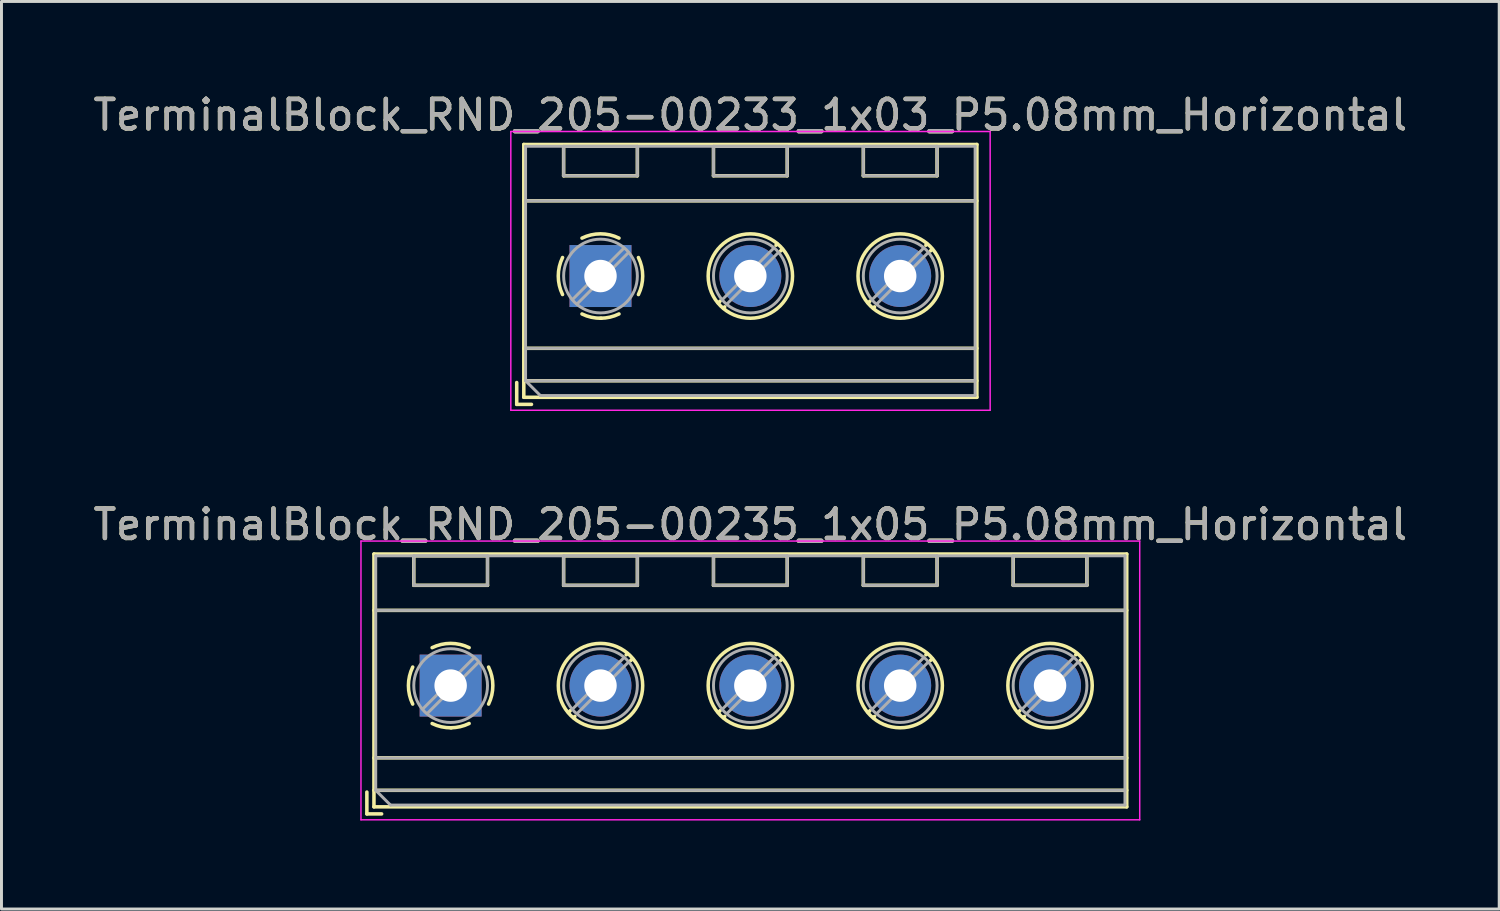
<source format=kicad_pcb>
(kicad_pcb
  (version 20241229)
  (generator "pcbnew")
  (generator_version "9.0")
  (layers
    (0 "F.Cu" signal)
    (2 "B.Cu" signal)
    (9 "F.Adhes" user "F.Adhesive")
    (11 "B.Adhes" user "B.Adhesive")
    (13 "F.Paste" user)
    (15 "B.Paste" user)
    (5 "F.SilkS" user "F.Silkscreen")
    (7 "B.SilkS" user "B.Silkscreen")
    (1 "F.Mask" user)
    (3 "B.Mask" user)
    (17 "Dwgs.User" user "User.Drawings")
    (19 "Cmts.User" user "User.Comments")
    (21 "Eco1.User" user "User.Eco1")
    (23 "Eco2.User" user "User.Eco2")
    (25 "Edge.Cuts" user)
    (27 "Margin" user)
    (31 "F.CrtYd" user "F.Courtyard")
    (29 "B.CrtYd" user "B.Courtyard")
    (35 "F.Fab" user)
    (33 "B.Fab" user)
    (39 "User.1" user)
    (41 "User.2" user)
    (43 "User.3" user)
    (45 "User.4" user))
  (footprint "TerminalBlock_RND_205-00235_1x05_P5.08mm_Horizontal"
    (layer "F.Cu")
    (at 12.227 20.192)
    (property "Reference" "TerminalBlock_RND_205-00235_1x05_P5.08mm_Horizontal" (at 10.16 -5.46 0) (layer "F.SilkS") (effects (font (size 1 1) (thickness 0.15))))
    (attr through_hole)
    (fp_line (start -2.84 3.61) (end -2.84 4.35) (stroke (width 0.12) (type solid)) (layer "F.SilkS"))
    (fp_line (start -2.84 4.35) (end -2.34 4.35) (stroke (width 0.12) (type solid)) (layer "F.SilkS"))
    (fp_line (start -2.6 -4.46) (end -2.6 4.11) (stroke (width 0.12) (type solid)) (layer "F.SilkS"))
    (fp_line (start -2.6 -4.46) (end 22.92 -4.46) (stroke (width 0.12) (type solid)) (layer "F.SilkS"))
    (fp_line (start -2.6 -2.55) (end 22.92 -2.55) (stroke (width 0.12) (type solid)) (layer "F.SilkS"))
    (fp_line (start -2.6 2.45) (end 22.92 2.45) (stroke (width 0.12) (type solid)) (layer "F.SilkS"))
    (fp_line (start -2.6 3.55) (end 22.92 3.55) (stroke (width 0.12) (type solid)) (layer "F.SilkS"))
    (fp_line (start -2.6 4.11) (end 22.92 4.11) (stroke (width 0.12) (type solid)) (layer "F.SilkS"))
    (fp_line (start -1.25 -4.4) (end -1.25 -3.4) (stroke (width 0.12) (type solid)) (layer "F.SilkS"))
    (fp_line (start -1.25 -4.4) (end 1.25 -4.4) (stroke (width 0.12) (type solid)) (layer "F.SilkS"))
    (fp_line (start -1.25 -3.4) (end 1.25 -3.4) (stroke (width 0.12) (type solid)) (layer "F.SilkS"))
    (fp_line (start 1.25 -4.4) (end 1.25 -3.4) (stroke (width 0.12) (type solid)) (layer "F.SilkS"))
    (fp_line (start 3.83 -4.4) (end 3.83 -3.4) (stroke (width 0.12) (type solid)) (layer "F.SilkS"))
    (fp_line (start 3.83 -4.4) (end 6.33 -4.4) (stroke (width 0.12) (type solid)) (layer "F.SilkS"))
    (fp_line (start 3.83 -3.4) (end 6.33 -3.4) (stroke (width 0.12) (type solid)) (layer "F.SilkS"))
    (fp_line (start 4.056 0.85) (end 3.996 0.91) (stroke (width 0.12) (type solid)) (layer "F.SilkS"))
    (fp_line (start 4.21 1.045) (end 4.17 1.085) (stroke (width 0.12) (type solid)) (layer "F.SilkS"))
    (fp_line (start 5.991 -1.085) (end 5.951 -1.045) (stroke (width 0.12) (type solid)) (layer "F.SilkS"))
    (fp_line (start 6.165 -0.91) (end 6.105 -0.851) (stroke (width 0.12) (type solid)) (layer "F.SilkS"))
    (fp_line (start 6.33 -4.4) (end 6.33 -3.4) (stroke (width 0.12) (type solid)) (layer "F.SilkS"))
    (fp_line (start 8.91 -4.4) (end 8.91 -3.4) (stroke (width 0.12) (type solid)) (layer "F.SilkS"))
    (fp_line (start 8.91 -4.4) (end 11.41 -4.4) (stroke (width 0.12) (type solid)) (layer "F.SilkS"))
    (fp_line (start 8.91 -3.4) (end 11.41 -3.4) (stroke (width 0.12) (type solid)) (layer "F.SilkS"))
    (fp_line (start 9.136 0.85) (end 9.076 0.91) (stroke (width 0.12) (type solid)) (layer "F.SilkS"))
    (fp_line (start 9.29 1.045) (end 9.25 1.085) (stroke (width 0.12) (type solid)) (layer "F.SilkS"))
    (fp_line (start 11.071 -1.085) (end 11.031 -1.045) (stroke (width 0.12) (type solid)) (layer "F.SilkS"))
    (fp_line (start 11.245 -0.91) (end 11.185 -0.851) (stroke (width 0.12) (type solid)) (layer "F.SilkS"))
    (fp_line (start 11.41 -4.4) (end 11.41 -3.4) (stroke (width 0.12) (type solid)) (layer "F.SilkS"))
    (fp_line (start 13.99 -4.4) (end 13.99 -3.4) (stroke (width 0.12) (type solid)) (layer "F.SilkS"))
    (fp_line (start 13.99 -4.4) (end 16.49 -4.4) (stroke (width 0.12) (type solid)) (layer "F.SilkS"))
    (fp_line (start 13.99 -3.4) (end 16.49 -3.4) (stroke (width 0.12) (type solid)) (layer "F.SilkS"))
    (fp_line (start 14.216 0.85) (end 14.156 0.91) (stroke (width 0.12) (type solid)) (layer "F.SilkS"))
    (fp_line (start 14.37 1.045) (end 14.33 1.085) (stroke (width 0.12) (type solid)) (layer "F.SilkS"))
    (fp_line (start 16.151 -1.085) (end 16.111 -1.045) (stroke (width 0.12) (type solid)) (layer "F.SilkS"))
    (fp_line (start 16.325 -0.91) (end 16.265 -0.851) (stroke (width 0.12) (type solid)) (layer "F.SilkS"))
    (fp_line (start 16.49 -4.4) (end 16.49 -3.4) (stroke (width 0.12) (type solid)) (layer "F.SilkS"))
    (fp_line (start 19.07 -4.4) (end 19.07 -3.4) (stroke (width 0.12) (type solid)) (layer "F.SilkS"))
    (fp_line (start 19.07 -4.4) (end 21.57 -4.4) (stroke (width 0.12) (type solid)) (layer "F.SilkS"))
    (fp_line (start 19.07 -3.4) (end 21.57 -3.4) (stroke (width 0.12) (type solid)) (layer "F.SilkS"))
    (fp_line (start 19.296 0.85) (end 19.236 0.91) (stroke (width 0.12) (type solid)) (layer "F.SilkS"))
    (fp_line (start 19.45 1.045) (end 19.41 1.085) (stroke (width 0.12) (type solid)) (layer "F.SilkS"))
    (fp_line (start 21.231 -1.085) (end 21.191 -1.045) (stroke (width 0.12) (type solid)) (layer "F.SilkS"))
    (fp_line (start 21.405 -0.91) (end 21.345 -0.851) (stroke (width 0.12) (type solid)) (layer "F.SilkS"))
    (fp_line (start 21.57 -4.4) (end 21.57 -3.4) (stroke (width 0.12) (type solid)) (layer "F.SilkS"))
    (fp_line (start 22.92 -4.46) (end 22.92 4.11) (stroke (width 0.12) (type solid)) (layer "F.SilkS"))
    (fp_arc (start -1.286611 0.626746) (mid -1.431146 -0.000697) (end -1.286 -0.628) (stroke (width 0.12) (type solid)) (layer "F.SilkS"))
    (fp_arc (start -0.627362 -1.285823) (mid -0.000201 -1.430707) (end 0.627 -1.286) (stroke (width 0.12) (type solid)) (layer "F.SilkS"))
    (fp_arc (start 0.02428 1.43094) (mid -0.310437 1.397071) (end -0.628 1.286) (stroke (width 0.12) (type solid)) (layer "F.SilkS"))
    (fp_arc (start 0.626871 1.285275) (mid 0.32168 1.393349) (end 0 1.43) (stroke (width 0.12) (type solid)) (layer "F.SilkS"))
    (fp_arc (start 1.285823 -0.627362) (mid 1.430707 -0.000201) (end 1.286 0.627) (stroke (width 0.12) (type solid)) (layer "F.SilkS"))
    (fp_circle (center 5.08 0) (end 6.51 0) (stroke (width 0.12) (type solid)) (fill no) (layer "F.SilkS"))
    (fp_circle (center 10.16 0) (end 11.59 0) (stroke (width 0.12) (type solid)) (fill no) (layer "F.SilkS"))
    (fp_circle (center 15.24 0) (end 16.67 0) (stroke (width 0.12) (type solid)) (fill no) (layer "F.SilkS"))
    (fp_circle (center 20.32 0) (end 21.75 0) (stroke (width 0.12) (type solid)) (fill no) (layer "F.SilkS"))
    (fp_line (start -3.04 -4.9) (end -3.04 4.55) (stroke (width 0.05) (type solid)) (layer "F.CrtYd"))
    (fp_line (start -3.04 4.55) (end 23.36 4.55) (stroke (width 0.05) (type solid)) (layer "F.CrtYd"))
    (fp_line (start 23.36 -4.9) (end -3.04 -4.9) (stroke (width 0.05) (type solid)) (layer "F.CrtYd"))
    (fp_line (start 23.36 4.55) (end 23.36 -4.9) (stroke (width 0.05) (type solid)) (layer "F.CrtYd"))
    (fp_line (start -2.54 -4.4) (end 22.86 -4.4) (stroke (width 0.1) (type solid)) (layer "F.Fab"))
    (fp_line (start -2.54 -2.55) (end 22.86 -2.55) (stroke (width 0.1) (type solid)) (layer "F.Fab"))
    (fp_line (start -2.54 2.45) (end 22.86 2.45) (stroke (width 0.1) (type solid)) (layer "F.Fab"))
    (fp_line (start -2.54 3.55) (end -2.54 -4.4) (stroke (width 0.1) (type solid)) (layer "F.Fab"))
    (fp_line (start -2.54 3.55) (end 22.86 3.55) (stroke (width 0.1) (type solid)) (layer "F.Fab"))
    (fp_line (start -2.04 4.05) (end -2.54 3.55) (stroke (width 0.1) (type solid)) (layer "F.Fab"))
    (fp_line (start -1.25 -4.4) (end -1.25 -3.4) (stroke (width 0.1) (type solid)) (layer "F.Fab"))
    (fp_line (start -1.25 -3.4) (end 1.25 -3.4) (stroke (width 0.1) (type solid)) (layer "F.Fab"))
    (fp_line (start 0.796 -0.948) (end -0.949 0.796) (stroke (width 0.1) (type solid)) (layer "F.Fab"))
    (fp_line (start 0.949 -0.796) (end -0.796 0.948) (stroke (width 0.1) (type solid)) (layer "F.Fab"))
    (fp_line (start 1.25 -4.4) (end -1.25 -4.4) (stroke (width 0.1) (type solid)) (layer "F.Fab"))
    (fp_line (start 1.25 -3.4) (end 1.25 -4.4) (stroke (width 0.1) (type solid)) (layer "F.Fab"))
    (fp_line (start 3.83 -4.4) (end 3.83 -3.4) (stroke (width 0.1) (type solid)) (layer "F.Fab"))
    (fp_line (start 3.83 -3.4) (end 6.33 -3.4) (stroke (width 0.1) (type solid)) (layer "F.Fab"))
    (fp_line (start 5.876 -0.948) (end 4.132 0.796) (stroke (width 0.1) (type solid)) (layer "F.Fab"))
    (fp_line (start 6.029 -0.796) (end 4.285 0.948) (stroke (width 0.1) (type solid)) (layer "F.Fab"))
    (fp_line (start 6.33 -4.4) (end 3.83 -4.4) (stroke (width 0.1) (type solid)) (layer "F.Fab"))
    (fp_line (start 6.33 -3.4) (end 6.33 -4.4) (stroke (width 0.1) (type solid)) (layer "F.Fab"))
    (fp_line (start 8.91 -4.4) (end 8.91 -3.4) (stroke (width 0.1) (type solid)) (layer "F.Fab"))
    (fp_line (start 8.91 -3.4) (end 11.41 -3.4) (stroke (width 0.1) (type solid)) (layer "F.Fab"))
    (fp_line (start 10.956 -0.948) (end 9.212 0.796) (stroke (width 0.1) (type solid)) (layer "F.Fab"))
    (fp_line (start 11.109 -0.796) (end 9.365 0.948) (stroke (width 0.1) (type solid)) (layer "F.Fab"))
    (fp_line (start 11.41 -4.4) (end 8.91 -4.4) (stroke (width 0.1) (type solid)) (layer "F.Fab"))
    (fp_line (start 11.41 -3.4) (end 11.41 -4.4) (stroke (width 0.1) (type solid)) (layer "F.Fab"))
    (fp_line (start 13.99 -4.4) (end 13.99 -3.4) (stroke (width 0.1) (type solid)) (layer "F.Fab"))
    (fp_line (start 13.99 -3.4) (end 16.49 -3.4) (stroke (width 0.1) (type solid)) (layer "F.Fab"))
    (fp_line (start 16.036 -0.948) (end 14.292 0.796) (stroke (width 0.1) (type solid)) (layer "F.Fab"))
    (fp_line (start 16.189 -0.796) (end 14.445 0.948) (stroke (width 0.1) (type solid)) (layer "F.Fab"))
    (fp_line (start 16.49 -4.4) (end 13.99 -4.4) (stroke (width 0.1) (type solid)) (layer "F.Fab"))
    (fp_line (start 16.49 -3.4) (end 16.49 -4.4) (stroke (width 0.1) (type solid)) (layer "F.Fab"))
    (fp_line (start 19.07 -4.4) (end 19.07 -3.4) (stroke (width 0.1) (type solid)) (layer "F.Fab"))
    (fp_line (start 19.07 -3.4) (end 21.57 -3.4) (stroke (width 0.1) (type solid)) (layer "F.Fab"))
    (fp_line (start 21.116 -0.948) (end 19.372 0.796) (stroke (width 0.1) (type solid)) (layer "F.Fab"))
    (fp_line (start 21.269 -0.796) (end 19.525 0.948) (stroke (width 0.1) (type solid)) (layer "F.Fab"))
    (fp_line (start 21.57 -4.4) (end 19.07 -4.4) (stroke (width 0.1) (type solid)) (layer "F.Fab"))
    (fp_line (start 21.57 -3.4) (end 21.57 -4.4) (stroke (width 0.1) (type solid)) (layer "F.Fab"))
    (fp_line (start 22.86 -4.4) (end 22.86 4.05) (stroke (width 0.1) (type solid)) (layer "F.Fab"))
    (fp_line (start 22.86 4.05) (end -2.04 4.05) (stroke (width 0.1) (type solid)) (layer "F.Fab"))
    (fp_circle (center 0 0) (end 1.25 0) (stroke (width 0.1) (type solid)) (fill no) (layer "F.Fab"))
    (fp_circle (center 5.08 0) (end 6.33 0) (stroke (width 0.1) (type solid)) (fill no) (layer "F.Fab"))
    (fp_circle (center 10.16 0) (end 11.41 0) (stroke (width 0.1) (type solid)) (fill no) (layer "F.Fab"))
    (fp_circle (center 15.24 0) (end 16.49 0) (stroke (width 0.1) (type solid)) (fill no) (layer "F.Fab"))
    (fp_circle (center 20.32 0) (end 21.57 0) (stroke (width 0.1) (type solid)) (fill no) (layer "F.Fab"))
    (fp_text user "${REFERENCE}" (at 10.16 -5.46 0) (layer "F.Fab") (effects (font (size 1 1) (thickness 0.15))))
    (pad "1" thru_hole rect (at 0 0) (size 2.1 2.1) (drill 1.1) (layers "*.Cu" "*.Mask"))
    (pad "2" thru_hole circle (at 5.08 0) (size 2.1 2.1) (drill 1.1) (layers "*.Cu" "*.Mask"))
    (pad "3" thru_hole circle (at 10.16 0) (size 2.1 2.1) (drill 1.1) (layers "*.Cu" "*.Mask"))
    (pad "4" thru_hole circle (at 15.24 0) (size 2.1 2.1) (drill 1.1) (layers "*.Cu" "*.Mask"))
    (pad "5" thru_hole circle (at 20.32 0) (size 2.1 2.1) (drill 1.1) (layers "*.Cu" "*.Mask")))
  (footprint "TerminalBlock_RND_205-00233_1x03_P5.08mm_Horizontal"
    (layer "F.Cu")
    (at 17.307 6.308)
    (property "Reference" "TerminalBlock_RND_205-00233_1x03_P5.08mm_Horizontal" (at 5.08 -5.46 0) (layer "F.SilkS") (effects (font (size 1 1) (thickness 0.15))))
    (attr through_hole)
    (fp_line (start -2.84 3.61) (end -2.84 4.35) (stroke (width 0.12) (type solid)) (layer "F.SilkS"))
    (fp_line (start -2.84 4.35) (end -2.34 4.35) (stroke (width 0.12) (type solid)) (layer "F.SilkS"))
    (fp_line (start -2.6 -4.46) (end -2.6 4.11) (stroke (width 0.12) (type solid)) (layer "F.SilkS"))
    (fp_line (start -2.6 -4.46) (end 12.76 -4.46) (stroke (width 0.12) (type solid)) (layer "F.SilkS"))
    (fp_line (start -2.6 -2.55) (end 12.76 -2.55) (stroke (width 0.12) (type solid)) (layer "F.SilkS"))
    (fp_line (start -2.6 2.45) (end 12.76 2.45) (stroke (width 0.12) (type solid)) (layer "F.SilkS"))
    (fp_line (start -2.6 3.55) (end 12.76 3.55) (stroke (width 0.12) (type solid)) (layer "F.SilkS"))
    (fp_line (start -2.6 4.11) (end 12.76 4.11) (stroke (width 0.12) (type solid)) (layer "F.SilkS"))
    (fp_line (start -1.25 -4.4) (end -1.25 -3.4) (stroke (width 0.12) (type solid)) (layer "F.SilkS"))
    (fp_line (start -1.25 -4.4) (end 1.25 -4.4) (stroke (width 0.12) (type solid)) (layer "F.SilkS"))
    (fp_line (start -1.25 -3.4) (end 1.25 -3.4) (stroke (width 0.12) (type solid)) (layer "F.SilkS"))
    (fp_line (start 1.25 -4.4) (end 1.25 -3.4) (stroke (width 0.12) (type solid)) (layer "F.SilkS"))
    (fp_line (start 3.83 -4.4) (end 3.83 -3.4) (stroke (width 0.12) (type solid)) (layer "F.SilkS"))
    (fp_line (start 3.83 -4.4) (end 6.33 -4.4) (stroke (width 0.12) (type solid)) (layer "F.SilkS"))
    (fp_line (start 3.83 -3.4) (end 6.33 -3.4) (stroke (width 0.12) (type solid)) (layer "F.SilkS"))
    (fp_line (start 4.056 0.85) (end 3.996 0.91) (stroke (width 0.12) (type solid)) (layer "F.SilkS"))
    (fp_line (start 4.21 1.045) (end 4.17 1.085) (stroke (width 0.12) (type solid)) (layer "F.SilkS"))
    (fp_line (start 5.991 -1.085) (end 5.951 -1.045) (stroke (width 0.12) (type solid)) (layer "F.SilkS"))
    (fp_line (start 6.165 -0.91) (end 6.105 -0.851) (stroke (width 0.12) (type solid)) (layer "F.SilkS"))
    (fp_line (start 6.33 -4.4) (end 6.33 -3.4) (stroke (width 0.12) (type solid)) (layer "F.SilkS"))
    (fp_line (start 8.91 -4.4) (end 8.91 -3.4) (stroke (width 0.12) (type solid)) (layer "F.SilkS"))
    (fp_line (start 8.91 -4.4) (end 11.41 -4.4) (stroke (width 0.12) (type solid)) (layer "F.SilkS"))
    (fp_line (start 8.91 -3.4) (end 11.41 -3.4) (stroke (width 0.12) (type solid)) (layer "F.SilkS"))
    (fp_line (start 9.136 0.85) (end 9.076 0.91) (stroke (width 0.12) (type solid)) (layer "F.SilkS"))
    (fp_line (start 9.29 1.045) (end 9.25 1.085) (stroke (width 0.12) (type solid)) (layer "F.SilkS"))
    (fp_line (start 11.071 -1.085) (end 11.031 -1.045) (stroke (width 0.12) (type solid)) (layer "F.SilkS"))
    (fp_line (start 11.245 -0.91) (end 11.185 -0.851) (stroke (width 0.12) (type solid)) (layer "F.SilkS"))
    (fp_line (start 11.41 -4.4) (end 11.41 -3.4) (stroke (width 0.12) (type solid)) (layer "F.SilkS"))
    (fp_line (start 12.76 -4.46) (end 12.76 4.11) (stroke (width 0.12) (type solid)) (layer "F.SilkS"))
    (fp_arc (start -1.286611 0.626746) (mid -1.431146 -0.000697) (end -1.286 -0.628) (stroke (width 0.12) (type solid)) (layer "F.SilkS"))
    (fp_arc (start -0.627362 -1.285823) (mid -0.000201 -1.430707) (end 0.627 -1.286) (stroke (width 0.12) (type solid)) (layer "F.SilkS"))
    (fp_arc (start 0.02428 1.43094) (mid -0.310437 1.397071) (end -0.628 1.286) (stroke (width 0.12) (type solid)) (layer "F.SilkS"))
    (fp_arc (start 0.626871 1.285275) (mid 0.32168 1.393349) (end 0 1.43) (stroke (width 0.12) (type solid)) (layer "F.SilkS"))
    (fp_arc (start 1.285823 -0.627362) (mid 1.430707 -0.000201) (end 1.286 0.627) (stroke (width 0.12) (type solid)) (layer "F.SilkS"))
    (fp_circle (center 5.08 0) (end 6.51 0) (stroke (width 0.12) (type solid)) (fill no) (layer "F.SilkS"))
    (fp_circle (center 10.16 0) (end 11.59 0) (stroke (width 0.12) (type solid)) (fill no) (layer "F.SilkS"))
    (fp_line (start -3.04 -4.9) (end -3.04 4.55) (stroke (width 0.05) (type solid)) (layer "F.CrtYd"))
    (fp_line (start -3.04 4.55) (end 13.21 4.55) (stroke (width 0.05) (type solid)) (layer "F.CrtYd"))
    (fp_line (start 13.21 -4.9) (end -3.04 -4.9) (stroke (width 0.05) (type solid)) (layer "F.CrtYd"))
    (fp_line (start 13.21 4.55) (end 13.21 -4.9) (stroke (width 0.05) (type solid)) (layer "F.CrtYd"))
    (fp_line (start -2.54 -4.4) (end 12.7 -4.4) (stroke (width 0.1) (type solid)) (layer "F.Fab"))
    (fp_line (start -2.54 -2.55) (end 12.7 -2.55) (stroke (width 0.1) (type solid)) (layer "F.Fab"))
    (fp_line (start -2.54 2.45) (end 12.7 2.45) (stroke (width 0.1) (type solid)) (layer "F.Fab"))
    (fp_line (start -2.54 3.55) (end -2.54 -4.4) (stroke (width 0.1) (type solid)) (layer "F.Fab"))
    (fp_line (start -2.54 3.55) (end 12.7 3.55) (stroke (width 0.1) (type solid)) (layer "F.Fab"))
    (fp_line (start -2.04 4.05) (end -2.54 3.55) (stroke (width 0.1) (type solid)) (layer "F.Fab"))
    (fp_line (start -1.25 -4.4) (end -1.25 -3.4) (stroke (width 0.1) (type solid)) (layer "F.Fab"))
    (fp_line (start -1.25 -3.4) (end 1.25 -3.4) (stroke (width 0.1) (type solid)) (layer "F.Fab"))
    (fp_line (start 0.796 -0.948) (end -0.949 0.796) (stroke (width 0.1) (type solid)) (layer "F.Fab"))
    (fp_line (start 0.949 -0.796) (end -0.796 0.948) (stroke (width 0.1) (type solid)) (layer "F.Fab"))
    (fp_line (start 1.25 -4.4) (end -1.25 -4.4) (stroke (width 0.1) (type solid)) (layer "F.Fab"))
    (fp_line (start 1.25 -3.4) (end 1.25 -4.4) (stroke (width 0.1) (type solid)) (layer "F.Fab"))
    (fp_line (start 3.83 -4.4) (end 3.83 -3.4) (stroke (width 0.1) (type solid)) (layer "F.Fab"))
    (fp_line (start 3.83 -3.4) (end 6.33 -3.4) (stroke (width 0.1) (type solid)) (layer "F.Fab"))
    (fp_line (start 5.876 -0.948) (end 4.132 0.796) (stroke (width 0.1) (type solid)) (layer "F.Fab"))
    (fp_line (start 6.029 -0.796) (end 4.285 0.948) (stroke (width 0.1) (type solid)) (layer "F.Fab"))
    (fp_line (start 6.33 -4.4) (end 3.83 -4.4) (stroke (width 0.1) (type solid)) (layer "F.Fab"))
    (fp_line (start 6.33 -3.4) (end 6.33 -4.4) (stroke (width 0.1) (type solid)) (layer "F.Fab"))
    (fp_line (start 8.91 -4.4) (end 8.91 -3.4) (stroke (width 0.1) (type solid)) (layer "F.Fab"))
    (fp_line (start 8.91 -3.4) (end 11.41 -3.4) (stroke (width 0.1) (type solid)) (layer "F.Fab"))
    (fp_line (start 10.956 -0.948) (end 9.212 0.796) (stroke (width 0.1) (type solid)) (layer "F.Fab"))
    (fp_line (start 11.109 -0.796) (end 9.365 0.948) (stroke (width 0.1) (type solid)) (layer "F.Fab"))
    (fp_line (start 11.41 -4.4) (end 8.91 -4.4) (stroke (width 0.1) (type solid)) (layer "F.Fab"))
    (fp_line (start 11.41 -3.4) (end 11.41 -4.4) (stroke (width 0.1) (type solid)) (layer "F.Fab"))
    (fp_line (start 12.7 -4.4) (end 12.7 4.05) (stroke (width 0.1) (type solid)) (layer "F.Fab"))
    (fp_line (start 12.7 4.05) (end -2.04 4.05) (stroke (width 0.1) (type solid)) (layer "F.Fab"))
    (fp_circle (center 0 0) (end 1.25 0) (stroke (width 0.1) (type solid)) (fill no) (layer "F.Fab"))
    (fp_circle (center 5.08 0) (end 6.33 0) (stroke (width 0.1) (type solid)) (fill no) (layer "F.Fab"))
    (fp_circle (center 10.16 0) (end 11.41 0) (stroke (width 0.1) (type solid)) (fill no) (layer "F.Fab"))
    (fp_text user "${REFERENCE}" (at 5.08 -5.46 0) (layer "F.Fab") (effects (font (size 1 1) (thickness 0.15))))
    (pad "1" thru_hole rect (at 0 0) (size 2.1 2.1) (drill 1.1) (layers "*.Cu" "*.Mask"))
    (pad "2" thru_hole circle (at 5.08 0) (size 2.1 2.1) (drill 1.1) (layers "*.Cu" "*.Mask"))
    (pad "3" thru_hole circle (at 10.16 0) (size 2.1 2.1) (drill 1.1) (layers "*.Cu" "*.Mask")))
  (gr_rect
    (start -3 -3)
    (end 47.774 27.767)
    (stroke (width 0.1) (type default))
    (fill no)
    (layer "Edge.Cuts")))
</source>
